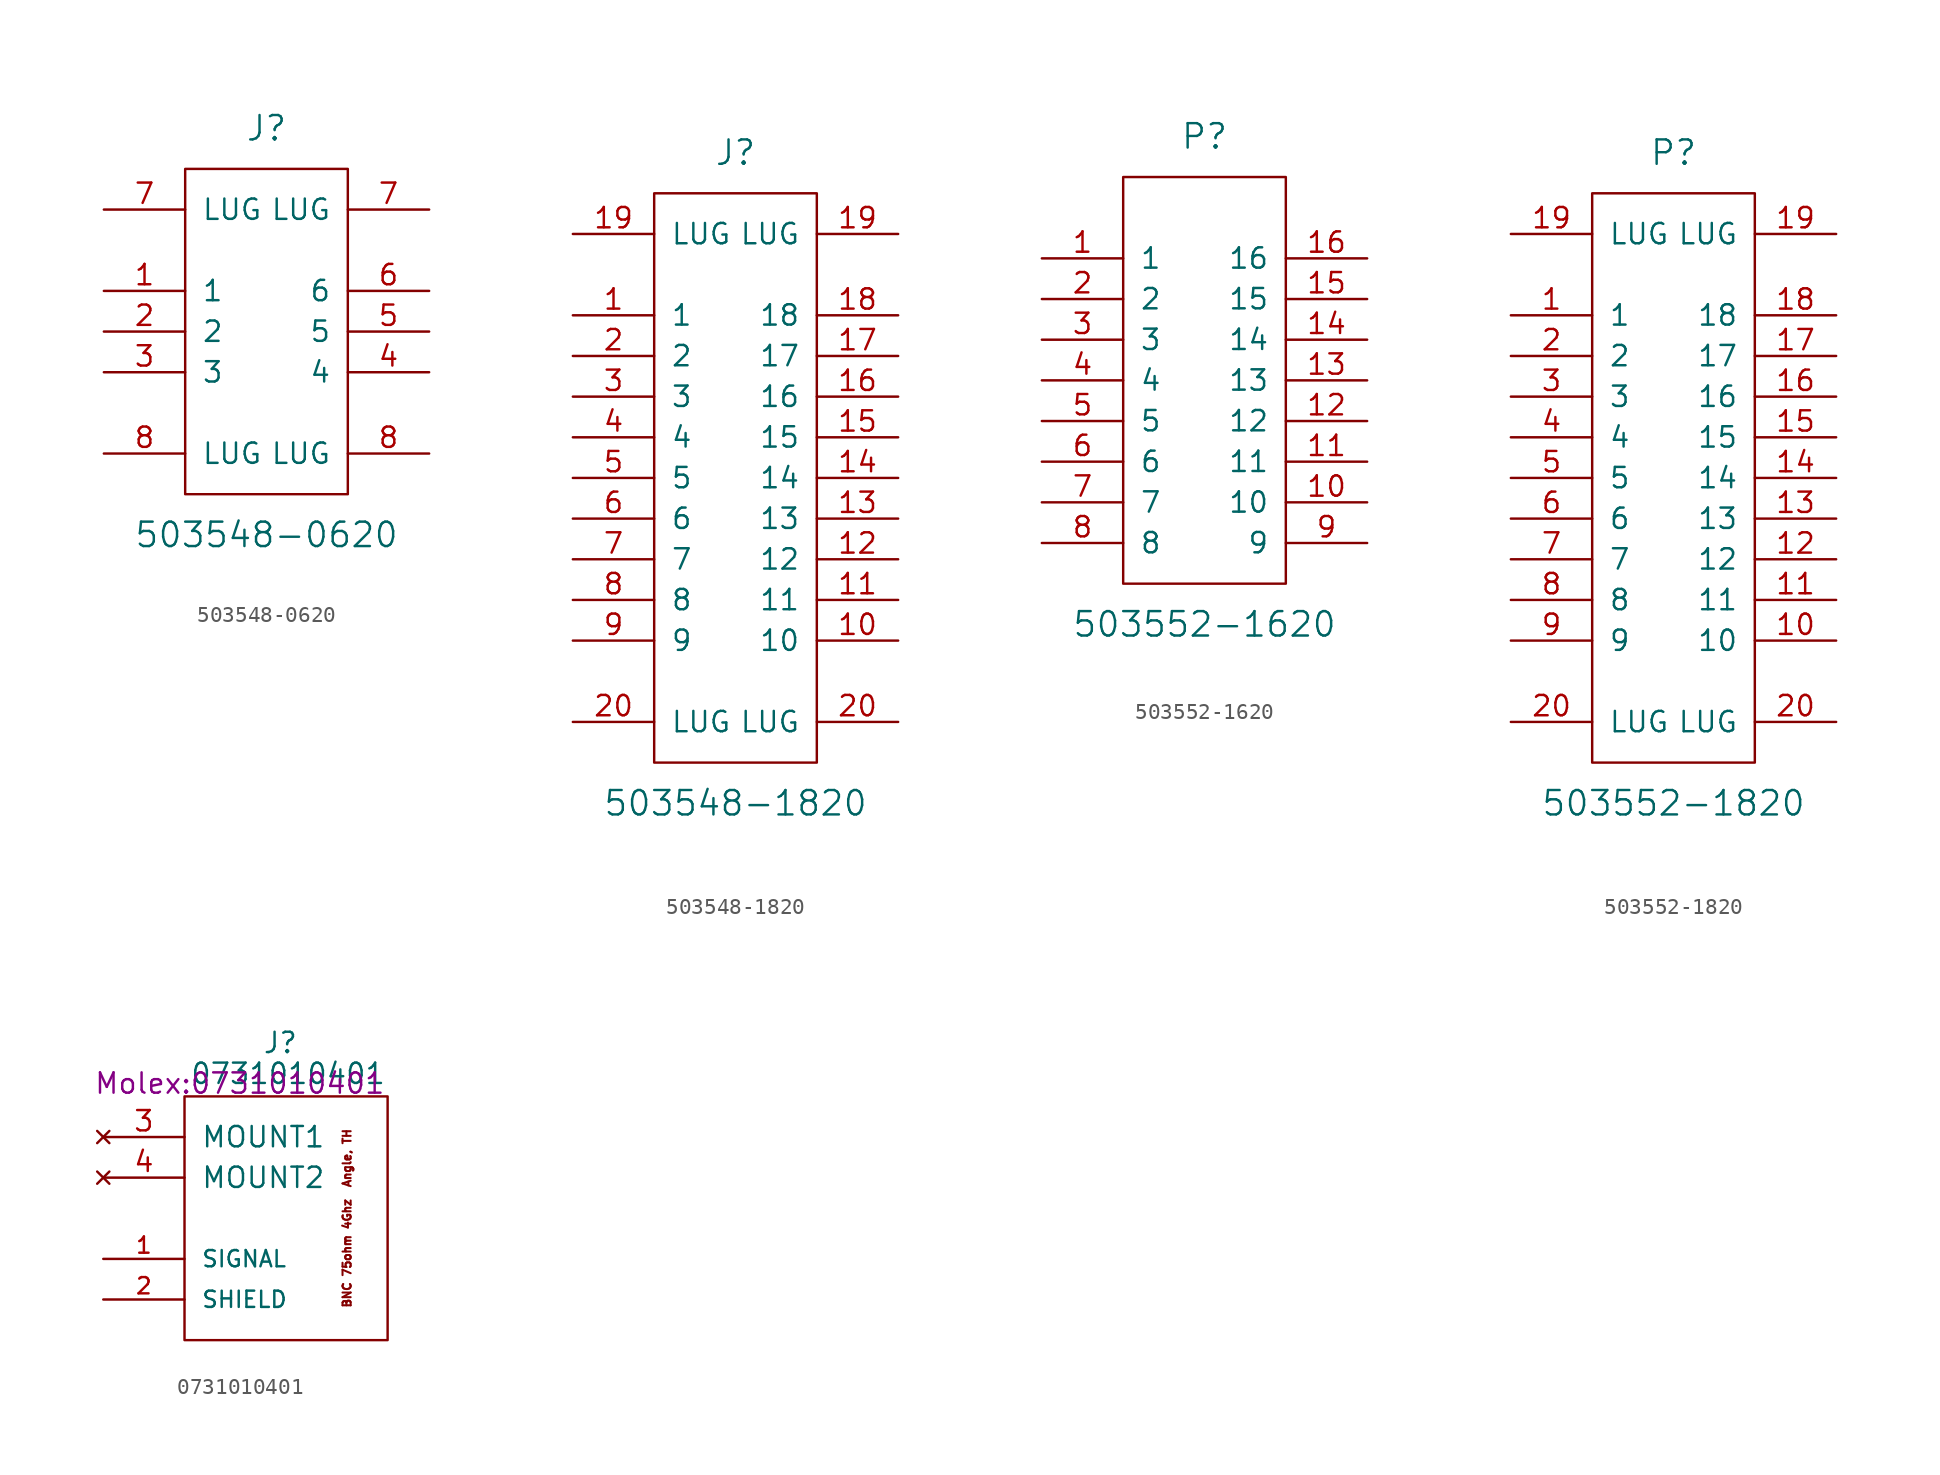
<source format=kicad_sym>
(kicad_symbol_lib
  (version 20220914)
  (generator kicad_symbol_editor)
  (symbol "503548-0620"
    (pin_names
      (offset 1.016))
    (property "Reference" "J"
      (at 5.08 22.86 0)
      (effects (font (size 1.524 1.524))))
    (property "Value" "503548-0620"
      (at 5.08 -2.54 0)
      (effects (font (size 1.524 1.524))))
    (symbol "503548-0620_0_1"
      (rectangle (start 0 0) (end 10.16 20.32) (stroke (width 0) (type solid)) (fill (type none))))
    (symbol "503548-0620_1_1"
      (pin passive line (at -5.08 12.7 0) (length 5.08) (name "1" (effects (font (size 1.27 1.27)))) (number "1" (effects (font (size 1.27 1.27)))))
      (pin passive line (at -5.08 10.16 0) (length 5.08) (name "2" (effects (font (size 1.27 1.27)))) (number "2" (effects (font (size 1.27 1.27)))))
      (pin passive line (at -5.08 7.62 0) (length 5.08) (name "3" (effects (font (size 1.27 1.27)))) (number "3" (effects (font (size 1.27 1.27)))))
      (pin passive line (at 15.24 7.62 180) (length 5.08) (name "4" (effects (font (size 1.27 1.27)))) (number "4" (effects (font (size 1.27 1.27)))))
      (pin passive line (at 15.24 10.16 180) (length 5.08) (name "5" (effects (font (size 1.27 1.27)))) (number "5" (effects (font (size 1.27 1.27)))))
      (pin passive line (at 15.24 12.7 180) (length 5.08) (name "6" (effects (font (size 1.27 1.27)))) (number "6" (effects (font (size 1.27 1.27)))))
      (pin passive line (at -5.08 17.78 0) (length 5.08) (name "LUG" (effects (font (size 1.27 1.27)))) (number "7" (effects (font (size 1.27 1.27)))))
      (pin passive line (at 15.24 17.78 180) (length 5.08) (name "LUG" (effects (font (size 1.27 1.27)))) (number "7" (effects (font (size 1.27 1.27)))))
      (pin passive line (at -5.08 2.54 0) (length 5.08) (name "LUG" (effects (font (size 1.27 1.27)))) (number "8" (effects (font (size 1.27 1.27)))))
      (pin passive line (at 15.24 2.54 180) (length 5.08) (name "LUG" (effects (font (size 1.27 1.27)))) (number "8" (effects (font (size 1.27 1.27)))))))
  (symbol "503548-1820"
    (pin_names
      (offset 1.016))
    (property "Reference" "J"
      (at 5.08 38.1 0)
      (effects (font (size 1.524 1.524))))
    (property "Value" "503548-1820"
      (at 5.08 -2.54 0)
      (effects (font (size 1.524 1.524))))
    (symbol "503548-1820_0_1"
      (rectangle (start 0 0) (end 10.16 35.56) (stroke (width 0) (type solid)) (fill (type none))))
    (symbol "503548-1820_1_1"
      (pin passive line (at -5.08 27.94 0) (length 5.08) (name "1" (effects (font (size 1.27 1.27)))) (number "1" (effects (font (size 1.27 1.27)))))
      (pin passive line (at 15.24 7.62 180) (length 5.08) (name "10" (effects (font (size 1.27 1.27)))) (number "10" (effects (font (size 1.27 1.27)))))
      (pin passive line (at 15.24 10.16 180) (length 5.08) (name "11" (effects (font (size 1.27 1.27)))) (number "11" (effects (font (size 1.27 1.27)))))
      (pin passive line (at 15.24 12.7 180) (length 5.08) (name "12" (effects (font (size 1.27 1.27)))) (number "12" (effects (font (size 1.27 1.27)))))
      (pin passive line (at 15.24 15.24 180) (length 5.08) (name "13" (effects (font (size 1.27 1.27)))) (number "13" (effects (font (size 1.27 1.27)))))
      (pin passive line (at 15.24 17.78 180) (length 5.08) (name "14" (effects (font (size 1.27 1.27)))) (number "14" (effects (font (size 1.27 1.27)))))
      (pin passive line (at 15.24 20.32 180) (length 5.08) (name "15" (effects (font (size 1.27 1.27)))) (number "15" (effects (font (size 1.27 1.27)))))
      (pin passive line (at 15.24 22.86 180) (length 5.08) (name "16" (effects (font (size 1.27 1.27)))) (number "16" (effects (font (size 1.27 1.27)))))
      (pin passive line (at 15.24 25.4 180) (length 5.08) (name "17" (effects (font (size 1.27 1.27)))) (number "17" (effects (font (size 1.27 1.27)))))
      (pin passive line (at 15.24 27.94 180) (length 5.08) (name "18" (effects (font (size 1.27 1.27)))) (number "18" (effects (font (size 1.27 1.27)))))
      (pin passive line (at -5.08 33.02 0) (length 5.08) (name "LUG" (effects (font (size 1.27 1.27)))) (number "19" (effects (font (size 1.27 1.27)))))
      (pin passive line (at 15.24 33.02 180) (length 5.08) (name "LUG" (effects (font (size 1.27 1.27)))) (number "19" (effects (font (size 1.27 1.27)))))
      (pin passive line (at -5.08 25.4 0) (length 5.08) (name "2" (effects (font (size 1.27 1.27)))) (number "2" (effects (font (size 1.27 1.27)))))
      (pin passive line (at -5.08 2.54 0) (length 5.08) (name "LUG" (effects (font (size 1.27 1.27)))) (number "20" (effects (font (size 1.27 1.27)))))
      (pin passive line (at 15.24 2.54 180) (length 5.08) (name "LUG" (effects (font (size 1.27 1.27)))) (number "20" (effects (font (size 1.27 1.27)))))
      (pin passive line (at -5.08 22.86 0) (length 5.08) (name "3" (effects (font (size 1.27 1.27)))) (number "3" (effects (font (size 1.27 1.27)))))
      (pin passive line (at -5.08 20.32 0) (length 5.08) (name "4" (effects (font (size 1.27 1.27)))) (number "4" (effects (font (size 1.27 1.27)))))
      (pin passive line (at -5.08 17.78 0) (length 5.08) (name "5" (effects (font (size 1.27 1.27)))) (number "5" (effects (font (size 1.27 1.27)))))
      (pin passive line (at -5.08 15.24 0) (length 5.08) (name "6" (effects (font (size 1.27 1.27)))) (number "6" (effects (font (size 1.27 1.27)))))
      (pin passive line (at -5.08 12.7 0) (length 5.08) (name "7" (effects (font (size 1.27 1.27)))) (number "7" (effects (font (size 1.27 1.27)))))
      (pin passive line (at -5.08 10.16 0) (length 5.08) (name "8" (effects (font (size 1.27 1.27)))) (number "8" (effects (font (size 1.27 1.27)))))
      (pin passive line (at -5.08 7.62 0) (length 5.08) (name "9" (effects (font (size 1.27 1.27)))) (number "9" (effects (font (size 1.27 1.27)))))))
  (symbol "503552-1620"
    (pin_names
      (offset 1.016))
    (property "Reference" "P"
      (at 5.08 27.94 0)
      (effects (font (size 1.524 1.524))))
    (property "Value" "503552-1620"
      (at 5.08 -2.54 0)
      (effects (font (size 1.524 1.524))))
    (symbol "503552-1620_0_1"
      (rectangle (start 0 0) (end 10.16 25.4) (stroke (width 0) (type solid)) (fill (type none))))
    (symbol "503552-1620_1_1"
      (pin passive line (at -5.08 20.32 0) (length 5.08) (name "1" (effects (font (size 1.27 1.27)))) (number "1" (effects (font (size 1.27 1.27)))))
      (pin passive line (at 15.24 5.08 180) (length 5.08) (name "10" (effects (font (size 1.27 1.27)))) (number "10" (effects (font (size 1.27 1.27)))))
      (pin passive line (at 15.24 7.62 180) (length 5.08) (name "11" (effects (font (size 1.27 1.27)))) (number "11" (effects (font (size 1.27 1.27)))))
      (pin passive line (at 15.24 10.16 180) (length 5.08) (name "12" (effects (font (size 1.27 1.27)))) (number "12" (effects (font (size 1.27 1.27)))))
      (pin passive line (at 15.24 12.7 180) (length 5.08) (name "13" (effects (font (size 1.27 1.27)))) (number "13" (effects (font (size 1.27 1.27)))))
      (pin passive line (at 15.24 15.24 180) (length 5.08) (name "14" (effects (font (size 1.27 1.27)))) (number "14" (effects (font (size 1.27 1.27)))))
      (pin passive line (at 15.24 17.78 180) (length 5.08) (name "15" (effects (font (size 1.27 1.27)))) (number "15" (effects (font (size 1.27 1.27)))))
      (pin passive line (at 15.24 20.32 180) (length 5.08) (name "16" (effects (font (size 1.27 1.27)))) (number "16" (effects (font (size 1.27 1.27)))))
      (pin passive line (at -5.08 17.78 0) (length 5.08) (name "2" (effects (font (size 1.27 1.27)))) (number "2" (effects (font (size 1.27 1.27)))))
      (pin passive line (at -5.08 15.24 0) (length 5.08) (name "3" (effects (font (size 1.27 1.27)))) (number "3" (effects (font (size 1.27 1.27)))))
      (pin passive line (at -5.08 12.7 0) (length 5.08) (name "4" (effects (font (size 1.27 1.27)))) (number "4" (effects (font (size 1.27 1.27)))))
      (pin passive line (at -5.08 10.16 0) (length 5.08) (name "5" (effects (font (size 1.27 1.27)))) (number "5" (effects (font (size 1.27 1.27)))))
      (pin passive line (at -5.08 7.62 0) (length 5.08) (name "6" (effects (font (size 1.27 1.27)))) (number "6" (effects (font (size 1.27 1.27)))))
      (pin passive line (at -5.08 5.08 0) (length 5.08) (name "7" (effects (font (size 1.27 1.27)))) (number "7" (effects (font (size 1.27 1.27)))))
      (pin passive line (at -5.08 2.54 0) (length 5.08) (name "8" (effects (font (size 1.27 1.27)))) (number "8" (effects (font (size 1.27 1.27)))))
      (pin passive line (at 15.24 2.54 180) (length 5.08) (name "9" (effects (font (size 1.27 1.27)))) (number "9" (effects (font (size 1.27 1.27)))))))
  (symbol "503552-1820"
    (pin_names
      (offset 1.016))
    (property "Reference" "P"
      (at 5.08 38.1 0)
      (effects (font (size 1.524 1.524))))
    (property "Value" "503552-1820"
      (at 5.08 -2.54 0)
      (effects (font (size 1.524 1.524))))
    (symbol "503552-1820_0_1"
      (rectangle (start 0 0) (end 10.16 35.56) (stroke (width 0) (type solid)) (fill (type none))))
    (symbol "503552-1820_1_1"
      (pin passive line (at -5.08 27.94 0) (length 5.08) (name "1" (effects (font (size 1.27 1.27)))) (number "1" (effects (font (size 1.27 1.27)))))
      (pin passive line (at 15.24 7.62 180) (length 5.08) (name "10" (effects (font (size 1.27 1.27)))) (number "10" (effects (font (size 1.27 1.27)))))
      (pin passive line (at 15.24 10.16 180) (length 5.08) (name "11" (effects (font (size 1.27 1.27)))) (number "11" (effects (font (size 1.27 1.27)))))
      (pin passive line (at 15.24 12.7 180) (length 5.08) (name "12" (effects (font (size 1.27 1.27)))) (number "12" (effects (font (size 1.27 1.27)))))
      (pin passive line (at 15.24 15.24 180) (length 5.08) (name "13" (effects (font (size 1.27 1.27)))) (number "13" (effects (font (size 1.27 1.27)))))
      (pin passive line (at 15.24 17.78 180) (length 5.08) (name "14" (effects (font (size 1.27 1.27)))) (number "14" (effects (font (size 1.27 1.27)))))
      (pin passive line (at 15.24 20.32 180) (length 5.08) (name "15" (effects (font (size 1.27 1.27)))) (number "15" (effects (font (size 1.27 1.27)))))
      (pin passive line (at 15.24 22.86 180) (length 5.08) (name "16" (effects (font (size 1.27 1.27)))) (number "16" (effects (font (size 1.27 1.27)))))
      (pin passive line (at 15.24 25.4 180) (length 5.08) (name "17" (effects (font (size 1.27 1.27)))) (number "17" (effects (font (size 1.27 1.27)))))
      (pin passive line (at 15.24 27.94 180) (length 5.08) (name "18" (effects (font (size 1.27 1.27)))) (number "18" (effects (font (size 1.27 1.27)))))
      (pin passive line (at -5.08 33.02 0) (length 5.08) (name "LUG" (effects (font (size 1.27 1.27)))) (number "19" (effects (font (size 1.27 1.27)))))
      (pin passive line (at 15.24 33.02 180) (length 5.08) (name "LUG" (effects (font (size 1.27 1.27)))) (number "19" (effects (font (size 1.27 1.27)))))
      (pin passive line (at -5.08 25.4 0) (length 5.08) (name "2" (effects (font (size 1.27 1.27)))) (number "2" (effects (font (size 1.27 1.27)))))
      (pin passive line (at -5.08 2.54 0) (length 5.08) (name "LUG" (effects (font (size 1.27 1.27)))) (number "20" (effects (font (size 1.27 1.27)))))
      (pin passive line (at 15.24 2.54 180) (length 5.08) (name "LUG" (effects (font (size 1.27 1.27)))) (number "20" (effects (font (size 1.27 1.27)))))
      (pin passive line (at -5.08 22.86 0) (length 5.08) (name "3" (effects (font (size 1.27 1.27)))) (number "3" (effects (font (size 1.27 1.27)))))
      (pin passive line (at -5.08 20.32 0) (length 5.08) (name "4" (effects (font (size 1.27 1.27)))) (number "4" (effects (font (size 1.27 1.27)))))
      (pin passive line (at -5.08 17.78 0) (length 5.08) (name "5" (effects (font (size 1.27 1.27)))) (number "5" (effects (font (size 1.27 1.27)))))
      (pin passive line (at -5.08 15.24 0) (length 5.08) (name "6" (effects (font (size 1.27 1.27)))) (number "6" (effects (font (size 1.27 1.27)))))
      (pin passive line (at -5.08 12.7 0) (length 5.08) (name "7" (effects (font (size 1.27 1.27)))) (number "7" (effects (font (size 1.27 1.27)))))
      (pin passive line (at -5.08 10.16 0) (length 5.08) (name "8" (effects (font (size 1.27 1.27)))) (number "8" (effects (font (size 1.27 1.27)))))
      (pin passive line (at -5.08 7.62 0) (length 5.08) (name "9" (effects (font (size 1.27 1.27)))) (number "9" (effects (font (size 1.27 1.27)))))))
  (symbol "0731010401"
    (pin_names
      (offset 1.016))
    (property "Reference" "J"
      (at 5.994 18.593 0)
      (effects (font (size 1.27 1.27))))
    (property "Value" "0731010401"
      (at 6.477 16.662 0)
      (effects (font (size 1.27 1.27))))
    (property "Footprint" "Molex:0731010401"
      (at 3.454 16.053 0)
      (effects (font (size 1.27 1.27))))
    (property "Datasheet" ""
      (at 5.994 18.593 0)
      (effects (font (size 1.27 1.27))))
    (symbol "0731010401_0_0"
      (text "BNC 75ohm 4Ghz  Angle, TH" (at 10.16 7.62 900) (effects (font (size 0.508 0.508)))))
    (symbol "0731010401_0_1"
      (rectangle (start 0 15.24) (end 12.7 0) (stroke (width 0) (type solid)) (fill (type none))))
    (symbol "0731010401_1_1"
      (pin passive line (at -5.08 5.08 0) (length 5.08) (name "SIGNAL" (effects (font (size 1.016 1.016)))) (number "1" (effects (font (size 1.016 1.016)))))
      (pin power_in line (at -5.08 2.54 0) (length 5.08) (name "SHIELD" (effects (font (size 1.016 1.016)))) (number "2" (effects (font (size 1.016 1.016)))))
      (pin no_connect line (at -5.08 12.7 0) (length 5.08) (name "MOUNT1" (effects (font (size 1.27 1.27)))) (number "3" (effects (font (size 1.27 1.27)))))
      (pin no_connect line (at -5.08 10.16 0) (length 5.08) (name "MOUNT2" (effects (font (size 1.27 1.27)))) (number "4" (effects (font (size 1.27 1.27))))))))
</source>
